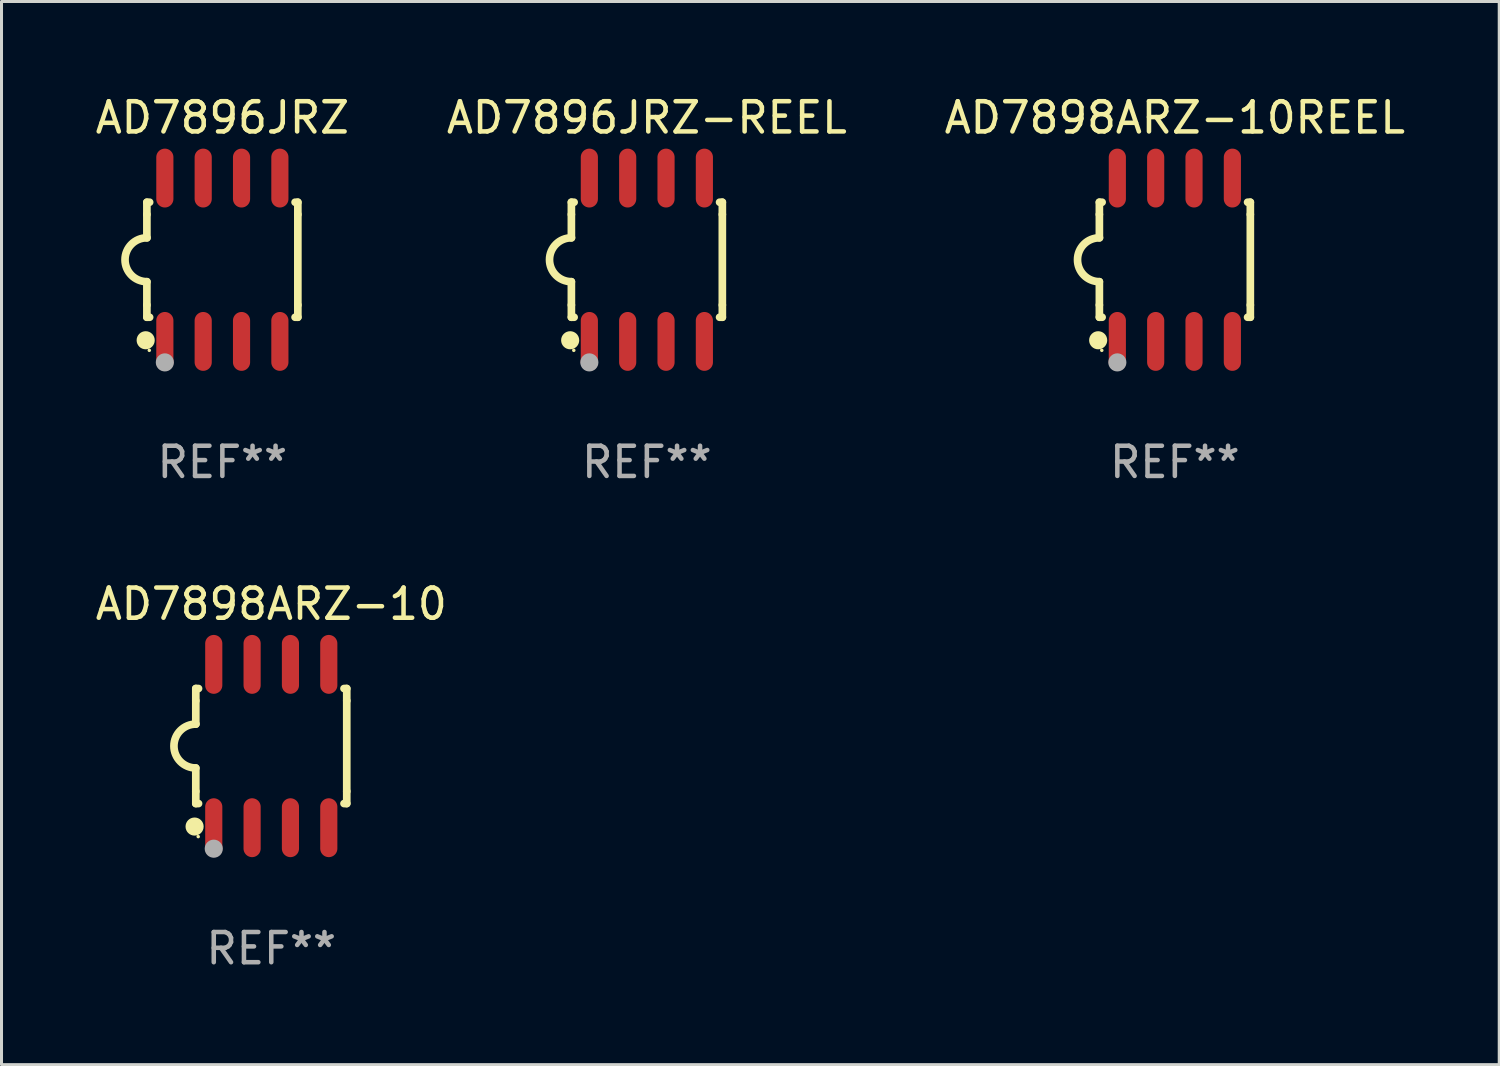
<source format=kicad_pcb>
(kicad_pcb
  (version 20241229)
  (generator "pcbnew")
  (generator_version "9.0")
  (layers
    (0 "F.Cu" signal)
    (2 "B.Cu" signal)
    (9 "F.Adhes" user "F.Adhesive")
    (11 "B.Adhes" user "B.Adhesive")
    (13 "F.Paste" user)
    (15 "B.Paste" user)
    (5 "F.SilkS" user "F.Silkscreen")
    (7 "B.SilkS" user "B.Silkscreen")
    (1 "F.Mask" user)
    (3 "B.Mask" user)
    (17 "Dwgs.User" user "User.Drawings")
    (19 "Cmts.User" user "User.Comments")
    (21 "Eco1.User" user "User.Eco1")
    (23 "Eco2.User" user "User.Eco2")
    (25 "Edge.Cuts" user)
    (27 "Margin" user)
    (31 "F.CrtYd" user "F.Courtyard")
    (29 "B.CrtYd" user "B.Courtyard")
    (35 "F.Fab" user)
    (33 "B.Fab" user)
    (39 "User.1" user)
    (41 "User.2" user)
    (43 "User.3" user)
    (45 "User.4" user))
  (footprint "AD7898ARZ-10REEL"
    (layer "F.Cu")
    (at 35.863 5.553)
    (property "Reference" "AD7898ARZ-10REEL" (at 0 -4.705 0) (layer "F.SilkS") (effects (font (size 1 1) (thickness 0.15))))
    (attr through_hole)
    (fp_line (start -2.5 -1.905) (end -2.409 -1.905) (stroke (width 0.254) (type solid)) (layer "F.SilkS"))
    (fp_line (start -2.5 -1.5) (end -2.5 -1.905) (stroke (width 0.254) (type solid)) (layer "F.SilkS"))
    (fp_line (start -2.5 -1.5) (end -2.5 -0.726) (stroke (width 0.254) (type solid)) (layer "F.SilkS"))
    (fp_line (start -2.5 1.5) (end -2.5 0.727) (stroke (width 0.254) (type solid)) (layer "F.SilkS"))
    (fp_line (start -2.5 1.5) (end -2.5 1.905) (stroke (width 0.254) (type solid)) (layer "F.SilkS"))
    (fp_line (start -2.5 1.905) (end -2.409 1.905) (stroke (width 0.254) (type solid)) (layer "F.SilkS"))
    (fp_line (start 2.5 -1.905) (end 2.409 -1.905) (stroke (width 0.254) (type solid)) (layer "F.SilkS"))
    (fp_line (start 2.5 -1.5) (end 2.5 -1.905) (stroke (width 0.254) (type solid)) (layer "F.SilkS"))
    (fp_line (start 2.5 -1.5) (end 2.5 1.5) (stroke (width 0.254) (type solid)) (layer "F.SilkS"))
    (fp_line (start 2.5 1.5) (end 2.5 1.905) (stroke (width 0.254) (type solid)) (layer "F.SilkS"))
    (fp_line (start 2.5 1.905) (end 2.409 1.905) (stroke (width 0.254) (type solid)) (layer "F.SilkS"))
    (fp_arc (start -2.5 0.726568) (mid -3.220316 -0.0023) (end -2.495097 -0.726289) (stroke (width 0.254001) (type solid)) (layer "F.SilkS"))
    (fp_circle (center -2.54 2.667) (end -2.39 2.667) (stroke (width 0.3) (type solid)) (fill no) (layer "F.SilkS"))
    (fp_circle (center -2.42 3) (end -2.39 3) (stroke (width 0.06) (type solid)) (fill no) (layer "F.SilkS"))
    (fp_circle (center -1.905 3.4) (end -1.755 3.4) (stroke (width 0.3) (type solid)) (fill no) (layer "F.Fab"))
    (fp_text user "REF**" (at 0 6.705 0) (layer "F.Fab") (effects (font (size 1 1) (thickness 0.15))))
    (pad "1" smd oval (at -1.905 2.705) (size 0.568 1.95) (layers "F.Cu" "F.Mask" "F.Paste"))
    (pad "2" smd oval (at -0.635 2.705) (size 0.568 1.95) (layers "F.Cu" "F.Mask" "F.Paste"))
    (pad "3" smd oval (at 0.635 2.705) (size 0.568 1.95) (layers "F.Cu" "F.Mask" "F.Paste"))
    (pad "4" smd oval (at 1.905 2.705) (size 0.568 1.95) (layers "F.Cu" "F.Mask" "F.Paste"))
    (pad "5" smd oval (at 1.905 -2.705) (size 0.568 1.95) (layers "F.Cu" "F.Mask" "F.Paste"))
    (pad "6" smd oval (at 0.635 -2.705) (size 0.568 1.95) (layers "F.Cu" "F.Mask" "F.Paste"))
    (pad "7" smd oval (at -0.635 -2.705) (size 0.568 1.95) (layers "F.Cu" "F.Mask" "F.Paste"))
    (pad "8" smd oval (at -1.905 -2.705) (size 0.568 1.95) (layers "F.Cu" "F.Mask" "F.Paste")))
  (footprint "AD7896JRZ-REEL"
    (layer "F.Cu")
    (at 18.375 5.553)
    (property "Reference" "AD7896JRZ-REEL" (at 0 -4.705 0) (layer "F.SilkS") (effects (font (size 1 1) (thickness 0.15))))
    (attr through_hole)
    (fp_line (start -2.5 -1.905) (end -2.409 -1.905) (stroke (width 0.254) (type solid)) (layer "F.SilkS"))
    (fp_line (start -2.5 -1.5) (end -2.5 -1.905) (stroke (width 0.254) (type solid)) (layer "F.SilkS"))
    (fp_line (start -2.5 -1.5) (end -2.5 -0.726) (stroke (width 0.254) (type solid)) (layer "F.SilkS"))
    (fp_line (start -2.5 1.5) (end -2.5 0.727) (stroke (width 0.254) (type solid)) (layer "F.SilkS"))
    (fp_line (start -2.5 1.5) (end -2.5 1.905) (stroke (width 0.254) (type solid)) (layer "F.SilkS"))
    (fp_line (start -2.5 1.905) (end -2.409 1.905) (stroke (width 0.254) (type solid)) (layer "F.SilkS"))
    (fp_line (start 2.5 -1.905) (end 2.409 -1.905) (stroke (width 0.254) (type solid)) (layer "F.SilkS"))
    (fp_line (start 2.5 -1.5) (end 2.5 -1.905) (stroke (width 0.254) (type solid)) (layer "F.SilkS"))
    (fp_line (start 2.5 -1.5) (end 2.5 1.5) (stroke (width 0.254) (type solid)) (layer "F.SilkS"))
    (fp_line (start 2.5 1.5) (end 2.5 1.905) (stroke (width 0.254) (type solid)) (layer "F.SilkS"))
    (fp_line (start 2.5 1.905) (end 2.409 1.905) (stroke (width 0.254) (type solid)) (layer "F.SilkS"))
    (fp_arc (start -2.5 0.726568) (mid -3.220316 -0.0023) (end -2.495097 -0.726289) (stroke (width 0.254001) (type solid)) (layer "F.SilkS"))
    (fp_circle (center -2.54 2.667) (end -2.39 2.667) (stroke (width 0.3) (type solid)) (fill no) (layer "F.SilkS"))
    (fp_circle (center -2.42 3) (end -2.39 3) (stroke (width 0.06) (type solid)) (fill no) (layer "F.SilkS"))
    (fp_circle (center -1.905 3.4) (end -1.755 3.4) (stroke (width 0.3) (type solid)) (fill no) (layer "F.Fab"))
    (fp_text user "REF**" (at 0 6.705 0) (layer "F.Fab") (effects (font (size 1 1) (thickness 0.15))))
    (pad "1" smd oval (at -1.905 2.705) (size 0.568 1.95) (layers "F.Cu" "F.Mask" "F.Paste"))
    (pad "2" smd oval (at -0.635 2.705) (size 0.568 1.95) (layers "F.Cu" "F.Mask" "F.Paste"))
    (pad "3" smd oval (at 0.635 2.705) (size 0.568 1.95) (layers "F.Cu" "F.Mask" "F.Paste"))
    (pad "4" smd oval (at 1.905 2.705) (size 0.568 1.95) (layers "F.Cu" "F.Mask" "F.Paste"))
    (pad "5" smd oval (at 1.905 -2.705) (size 0.568 1.95) (layers "F.Cu" "F.Mask" "F.Paste"))
    (pad "6" smd oval (at 0.635 -2.705) (size 0.568 1.95) (layers "F.Cu" "F.Mask" "F.Paste"))
    (pad "7" smd oval (at -0.635 -2.705) (size 0.568 1.95) (layers "F.Cu" "F.Mask" "F.Paste"))
    (pad "8" smd oval (at -1.905 -2.705) (size 0.568 1.95) (layers "F.Cu" "F.Mask" "F.Paste")))
  (footprint "AD7898ARZ-10"
    (layer "F.Cu")
    (at 5.935 21.66)
    (property "Reference" "AD7898ARZ-10" (at 0 -4.705 0) (layer "F.SilkS") (effects (font (size 1 1) (thickness 0.15))))
    (attr through_hole)
    (fp_line (start -2.5 -1.905) (end -2.409 -1.905) (stroke (width 0.254) (type solid)) (layer "F.SilkS"))
    (fp_line (start -2.5 -1.5) (end -2.5 -1.905) (stroke (width 0.254) (type solid)) (layer "F.SilkS"))
    (fp_line (start -2.5 -1.5) (end -2.5 -0.726) (stroke (width 0.254) (type solid)) (layer "F.SilkS"))
    (fp_line (start -2.5 1.5) (end -2.5 0.727) (stroke (width 0.254) (type solid)) (layer "F.SilkS"))
    (fp_line (start -2.5 1.5) (end -2.5 1.905) (stroke (width 0.254) (type solid)) (layer "F.SilkS"))
    (fp_line (start -2.5 1.905) (end -2.409 1.905) (stroke (width 0.254) (type solid)) (layer "F.SilkS"))
    (fp_line (start 2.5 -1.905) (end 2.409 -1.905) (stroke (width 0.254) (type solid)) (layer "F.SilkS"))
    (fp_line (start 2.5 -1.5) (end 2.5 -1.905) (stroke (width 0.254) (type solid)) (layer "F.SilkS"))
    (fp_line (start 2.5 -1.5) (end 2.5 1.5) (stroke (width 0.254) (type solid)) (layer "F.SilkS"))
    (fp_line (start 2.5 1.5) (end 2.5 1.905) (stroke (width 0.254) (type solid)) (layer "F.SilkS"))
    (fp_line (start 2.5 1.905) (end 2.409 1.905) (stroke (width 0.254) (type solid)) (layer "F.SilkS"))
    (fp_arc (start -2.5 0.726568) (mid -3.220316 -0.0023) (end -2.495097 -0.726289) (stroke (width 0.254001) (type solid)) (layer "F.SilkS"))
    (fp_circle (center -2.54 2.667) (end -2.39 2.667) (stroke (width 0.3) (type solid)) (fill no) (layer "F.SilkS"))
    (fp_circle (center -2.42 3) (end -2.39 3) (stroke (width 0.06) (type solid)) (fill no) (layer "F.SilkS"))
    (fp_circle (center -1.905 3.4) (end -1.755 3.4) (stroke (width 0.3) (type solid)) (fill no) (layer "F.Fab"))
    (fp_text user "REF**" (at 0 6.705 0) (layer "F.Fab") (effects (font (size 1 1) (thickness 0.15))))
    (pad "1" smd oval (at -1.905 2.705) (size 0.568 1.95) (layers "F.Cu" "F.Mask" "F.Paste"))
    (pad "2" smd oval (at -0.635 2.705) (size 0.568 1.95) (layers "F.Cu" "F.Mask" "F.Paste"))
    (pad "3" smd oval (at 0.635 2.705) (size 0.568 1.95) (layers "F.Cu" "F.Mask" "F.Paste"))
    (pad "4" smd oval (at 1.905 2.705) (size 0.568 1.95) (layers "F.Cu" "F.Mask" "F.Paste"))
    (pad "5" smd oval (at 1.905 -2.705) (size 0.568 1.95) (layers "F.Cu" "F.Mask" "F.Paste"))
    (pad "6" smd oval (at 0.635 -2.705) (size 0.568 1.95) (layers "F.Cu" "F.Mask" "F.Paste"))
    (pad "7" smd oval (at -0.635 -2.705) (size 0.568 1.95) (layers "F.Cu" "F.Mask" "F.Paste"))
    (pad "8" smd oval (at -1.905 -2.705) (size 0.568 1.95) (layers "F.Cu" "F.Mask" "F.Paste")))
  (footprint "AD7896JRZ"
    (layer "F.Cu")
    (at 4.315 5.553)
    (property "Reference" "AD7896JRZ" (at 0 -4.705 0) (layer "F.SilkS") (effects (font (size 1 1) (thickness 0.15))))
    (attr through_hole)
    (fp_line (start -2.5 -1.905) (end -2.409 -1.905) (stroke (width 0.254) (type solid)) (layer "F.SilkS"))
    (fp_line (start -2.5 -1.5) (end -2.5 -1.905) (stroke (width 0.254) (type solid)) (layer "F.SilkS"))
    (fp_line (start -2.5 -1.5) (end -2.5 -0.726) (stroke (width 0.254) (type solid)) (layer "F.SilkS"))
    (fp_line (start -2.5 1.5) (end -2.5 0.727) (stroke (width 0.254) (type solid)) (layer "F.SilkS"))
    (fp_line (start -2.5 1.5) (end -2.5 1.905) (stroke (width 0.254) (type solid)) (layer "F.SilkS"))
    (fp_line (start -2.5 1.905) (end -2.409 1.905) (stroke (width 0.254) (type solid)) (layer "F.SilkS"))
    (fp_line (start 2.5 -1.905) (end 2.409 -1.905) (stroke (width 0.254) (type solid)) (layer "F.SilkS"))
    (fp_line (start 2.5 -1.5) (end 2.5 -1.905) (stroke (width 0.254) (type solid)) (layer "F.SilkS"))
    (fp_line (start 2.5 -1.5) (end 2.5 1.5) (stroke (width 0.254) (type solid)) (layer "F.SilkS"))
    (fp_line (start 2.5 1.5) (end 2.5 1.905) (stroke (width 0.254) (type solid)) (layer "F.SilkS"))
    (fp_line (start 2.5 1.905) (end 2.409 1.905) (stroke (width 0.254) (type solid)) (layer "F.SilkS"))
    (fp_arc (start -2.5 0.726568) (mid -3.220316 -0.0023) (end -2.495097 -0.726289) (stroke (width 0.254001) (type solid)) (layer "F.SilkS"))
    (fp_circle (center -2.54 2.667) (end -2.39 2.667) (stroke (width 0.3) (type solid)) (fill no) (layer "F.SilkS"))
    (fp_circle (center -2.42 3) (end -2.39 3) (stroke (width 0.06) (type solid)) (fill no) (layer "F.SilkS"))
    (fp_circle (center -1.905 3.4) (end -1.755 3.4) (stroke (width 0.3) (type solid)) (fill no) (layer "F.Fab"))
    (fp_text user "REF**" (at 0 6.705 0) (layer "F.Fab") (effects (font (size 1 1) (thickness 0.15))))
    (pad "1" smd oval (at -1.905 2.705) (size 0.568 1.95) (layers "F.Cu" "F.Mask" "F.Paste"))
    (pad "2" smd oval (at -0.635 2.705) (size 0.568 1.95) (layers "F.Cu" "F.Mask" "F.Paste"))
    (pad "3" smd oval (at 0.635 2.705) (size 0.568 1.95) (layers "F.Cu" "F.Mask" "F.Paste"))
    (pad "4" smd oval (at 1.905 2.705) (size 0.568 1.95) (layers "F.Cu" "F.Mask" "F.Paste"))
    (pad "5" smd oval (at 1.905 -2.705) (size 0.568 1.95) (layers "F.Cu" "F.Mask" "F.Paste"))
    (pad "6" smd oval (at 0.635 -2.705) (size 0.568 1.95) (layers "F.Cu" "F.Mask" "F.Paste"))
    (pad "7" smd oval (at -0.635 -2.705) (size 0.568 1.95) (layers "F.Cu" "F.Mask" "F.Paste"))
    (pad "8" smd oval (at -1.905 -2.705) (size 0.568 1.95) (layers "F.Cu" "F.Mask" "F.Paste")))
  (gr_rect
    (start -3 -3)
    (end 46.607 32.213)
    (stroke (width 0.1) (type default))
    (fill no)
    (layer "Edge.Cuts")))
</source>
